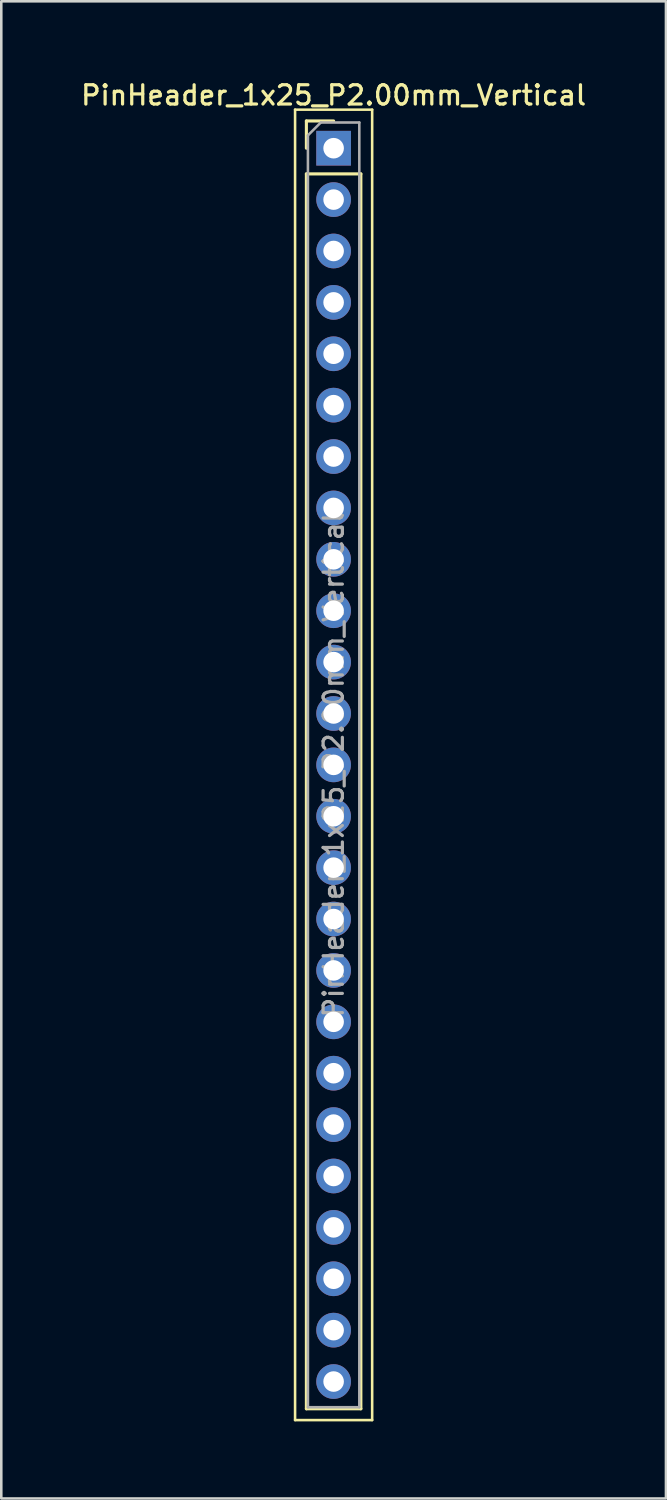
<source format=kicad_pcb>
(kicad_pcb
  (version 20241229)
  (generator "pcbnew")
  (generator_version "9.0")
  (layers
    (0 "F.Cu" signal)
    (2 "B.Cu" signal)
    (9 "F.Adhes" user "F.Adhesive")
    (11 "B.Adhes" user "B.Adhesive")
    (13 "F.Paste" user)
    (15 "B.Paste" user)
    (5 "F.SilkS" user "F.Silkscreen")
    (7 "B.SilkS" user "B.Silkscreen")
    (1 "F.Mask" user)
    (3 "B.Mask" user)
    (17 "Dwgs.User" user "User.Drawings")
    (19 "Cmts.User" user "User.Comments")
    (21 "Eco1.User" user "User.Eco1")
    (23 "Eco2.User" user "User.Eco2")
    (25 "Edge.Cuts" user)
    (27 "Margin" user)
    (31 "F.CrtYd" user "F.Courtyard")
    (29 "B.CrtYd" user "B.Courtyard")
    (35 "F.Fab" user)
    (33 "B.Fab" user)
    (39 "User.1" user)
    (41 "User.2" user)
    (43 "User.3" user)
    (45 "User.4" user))
  (footprint "PinHeader_1x25_P2.00mm_Vertical"
    (layer "F.Cu")
    (at 9.934 2.718)
    (property "Reference" "PinHeader_1x25_P2.00mm_Vertical" (at 0 -2.06 0) (layer "F.SilkS") (effects (font (size 0.75 0.75) (thickness 0.125))))
    (attr through_hole)
    (fp_line (start -1.5 -1.5) (end -1.5 49.5) (stroke (width 0.1) (type solid)) (layer "F.SilkS"))
    (fp_line (start -1.5 49.5) (end 1.5 49.5) (stroke (width 0.1) (type solid)) (layer "F.SilkS"))
    (fp_line (start -1.06 -1.06) (end 0 -1.06) (stroke (width 0.12) (type solid)) (layer "F.SilkS"))
    (fp_line (start -1.06 0) (end -1.06 -1.06) (stroke (width 0.12) (type solid)) (layer "F.SilkS"))
    (fp_line (start -1.06 1) (end -1.06 49.06) (stroke (width 0.12) (type solid)) (layer "F.SilkS"))
    (fp_line (start -1.06 1) (end 1.06 1) (stroke (width 0.12) (type solid)) (layer "F.SilkS"))
    (fp_line (start -1.06 49.06) (end 1.06 49.06) (stroke (width 0.12) (type solid)) (layer "F.SilkS"))
    (fp_line (start 1.06 1) (end 1.06 49.06) (stroke (width 0.12) (type solid)) (layer "F.SilkS"))
    (fp_line (start 1.5 -1.5) (end -1.5 -1.5) (stroke (width 0.1) (type solid)) (layer "F.SilkS"))
    (fp_line (start 1.5 49.5) (end 1.5 -1.5) (stroke (width 0.1) (type solid)) (layer "F.SilkS"))
    (fp_line (start -1 -0.5) (end -0.5 -1) (stroke (width 0.1) (type solid)) (layer "F.Fab"))
    (fp_line (start -1 49) (end -1 -0.5) (stroke (width 0.1) (type solid)) (layer "F.Fab"))
    (fp_line (start -0.5 -1) (end 1 -1) (stroke (width 0.1) (type solid)) (layer "F.Fab"))
    (fp_line (start 1 -1) (end 1 49) (stroke (width 0.1) (type solid)) (layer "F.Fab"))
    (fp_line (start 1 49) (end -1 49) (stroke (width 0.1) (type solid)) (layer "F.Fab"))
    (fp_text user "${REFERENCE}" (at 0 24 90) (layer "F.Fab") (effects (font (size 0.75 0.75) (thickness 0.125))))
    (pad "1" thru_hole rect (at 0 0) (size 1.35 1.35) (drill 0.8) (layers "*.Cu" "*.Mask"))
    (pad "2" thru_hole oval (at 0 2) (size 1.35 1.35) (drill 0.8) (layers "*.Cu" "*.Mask"))
    (pad "3" thru_hole oval (at 0 4) (size 1.35 1.35) (drill 0.8) (layers "*.Cu" "*.Mask"))
    (pad "4" thru_hole oval (at 0 6) (size 1.35 1.35) (drill 0.8) (layers "*.Cu" "*.Mask"))
    (pad "5" thru_hole oval (at 0 8) (size 1.35 1.35) (drill 0.8) (layers "*.Cu" "*.Mask"))
    (pad "6" thru_hole oval (at 0 10) (size 1.35 1.35) (drill 0.8) (layers "*.Cu" "*.Mask"))
    (pad "7" thru_hole oval (at 0 12) (size 1.35 1.35) (drill 0.8) (layers "*.Cu" "*.Mask"))
    (pad "8" thru_hole oval (at 0 14) (size 1.35 1.35) (drill 0.8) (layers "*.Cu" "*.Mask"))
    (pad "9" thru_hole oval (at 0 16) (size 1.35 1.35) (drill 0.8) (layers "*.Cu" "*.Mask"))
    (pad "10" thru_hole oval (at 0 18) (size 1.35 1.35) (drill 0.8) (layers "*.Cu" "*.Mask"))
    (pad "11" thru_hole oval (at 0 20) (size 1.35 1.35) (drill 0.8) (layers "*.Cu" "*.Mask"))
    (pad "12" thru_hole oval (at 0 22) (size 1.35 1.35) (drill 0.8) (layers "*.Cu" "*.Mask"))
    (pad "13" thru_hole oval (at 0 24) (size 1.35 1.35) (drill 0.8) (layers "*.Cu" "*.Mask"))
    (pad "14" thru_hole oval (at 0 26) (size 1.35 1.35) (drill 0.8) (layers "*.Cu" "*.Mask"))
    (pad "15" thru_hole oval (at 0 28) (size 1.35 1.35) (drill 0.8) (layers "*.Cu" "*.Mask"))
    (pad "16" thru_hole oval (at 0 30) (size 1.35 1.35) (drill 0.8) (layers "*.Cu" "*.Mask"))
    (pad "17" thru_hole oval (at 0 32) (size 1.35 1.35) (drill 0.8) (layers "*.Cu" "*.Mask"))
    (pad "18" thru_hole oval (at 0 34) (size 1.35 1.35) (drill 0.8) (layers "*.Cu" "*.Mask"))
    (pad "19" thru_hole oval (at 0 36) (size 1.35 1.35) (drill 0.8) (layers "*.Cu" "*.Mask"))
    (pad "20" thru_hole oval (at 0 38) (size 1.35 1.35) (drill 0.8) (layers "*.Cu" "*.Mask"))
    (pad "21" thru_hole oval (at 0 40) (size 1.35 1.35) (drill 0.8) (layers "*.Cu" "*.Mask"))
    (pad "22" thru_hole oval (at 0 42) (size 1.35 1.35) (drill 0.8) (layers "*.Cu" "*.Mask"))
    (pad "23" thru_hole oval (at 0 44) (size 1.35 1.35) (drill 0.8) (layers "*.Cu" "*.Mask"))
    (pad "24" thru_hole oval (at 0 46) (size 1.35 1.35) (drill 0.8) (layers "*.Cu" "*.Mask"))
    (pad "25" thru_hole oval (at 0 48) (size 1.35 1.35) (drill 0.8) (layers "*.Cu" "*.Mask")))
  (gr_rect
    (start -3 -3)
    (end 22.868 55.268)
    (stroke (width 0.1) (type default))
    (fill no)
    (layer "Edge.Cuts")))
</source>
